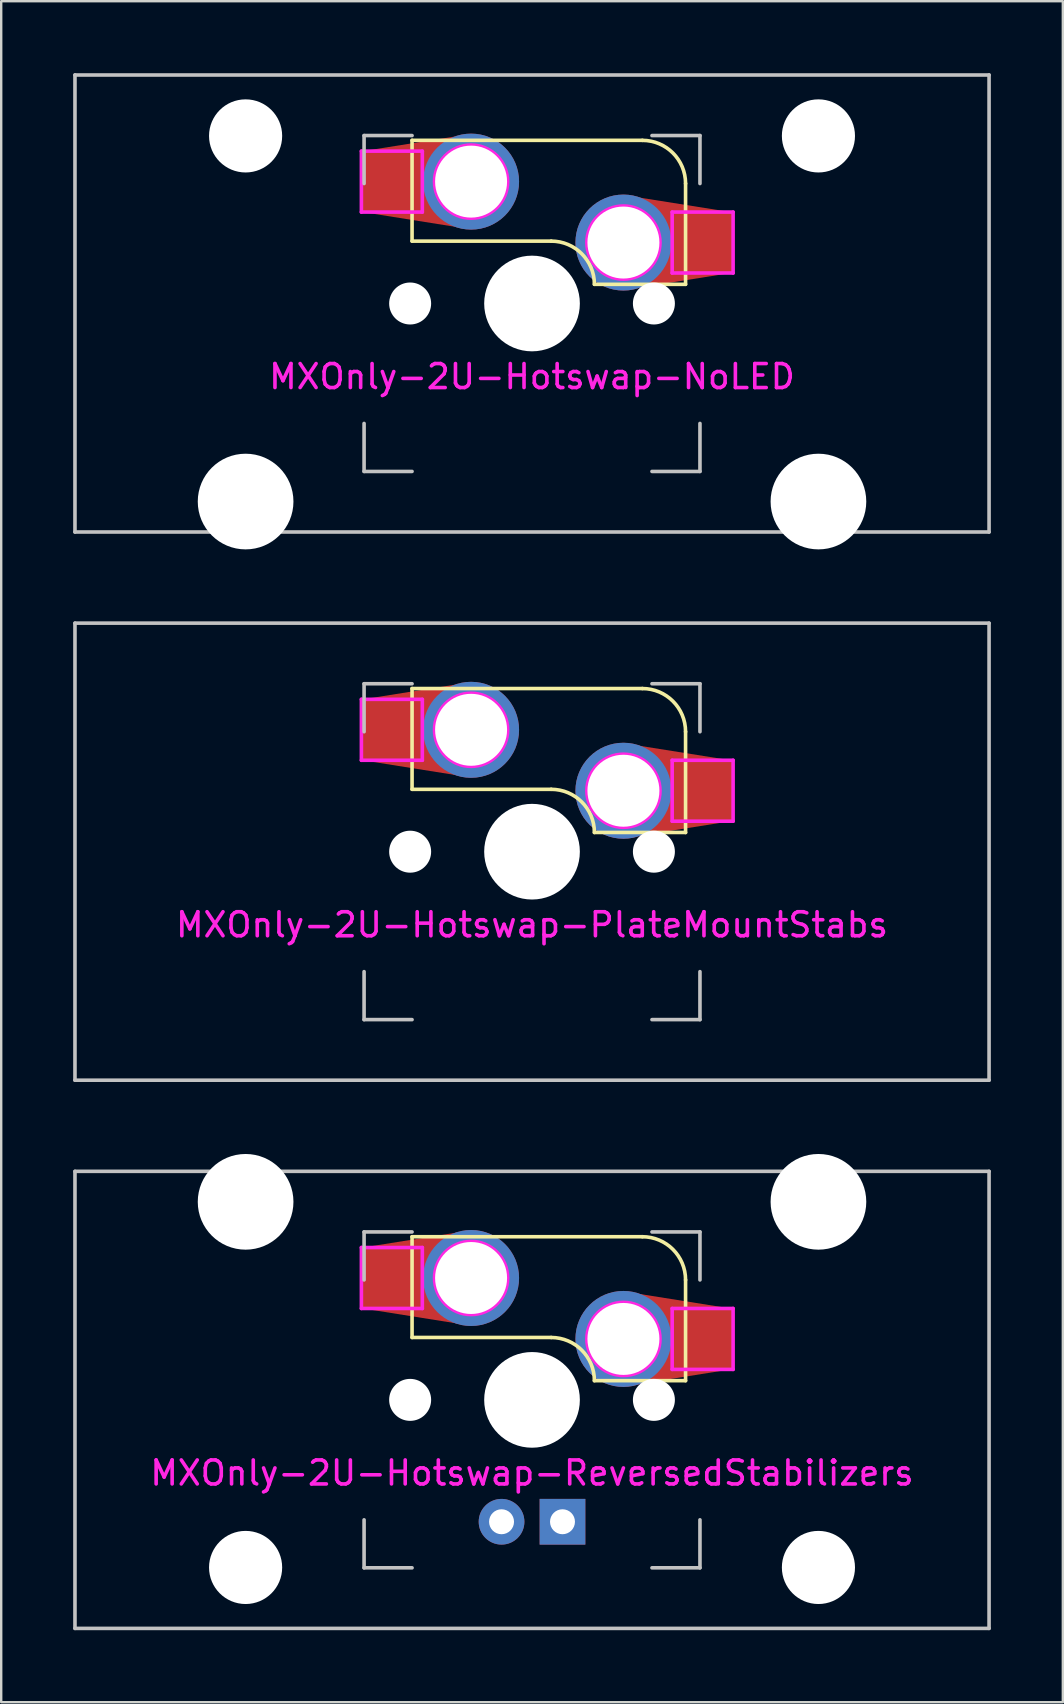
<source format=kicad_pcb>
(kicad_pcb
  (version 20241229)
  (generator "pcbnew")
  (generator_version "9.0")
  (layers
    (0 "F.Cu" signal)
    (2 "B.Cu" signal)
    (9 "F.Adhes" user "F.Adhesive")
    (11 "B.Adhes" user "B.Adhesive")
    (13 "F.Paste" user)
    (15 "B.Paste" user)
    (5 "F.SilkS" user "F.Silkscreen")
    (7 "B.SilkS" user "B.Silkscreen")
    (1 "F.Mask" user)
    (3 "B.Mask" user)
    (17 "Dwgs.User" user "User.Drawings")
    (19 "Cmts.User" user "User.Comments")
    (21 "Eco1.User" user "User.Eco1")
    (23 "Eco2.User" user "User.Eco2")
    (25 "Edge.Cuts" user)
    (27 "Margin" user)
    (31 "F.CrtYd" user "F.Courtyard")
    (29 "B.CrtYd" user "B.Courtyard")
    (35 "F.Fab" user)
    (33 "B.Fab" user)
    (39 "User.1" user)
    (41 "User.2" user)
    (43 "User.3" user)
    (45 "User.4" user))
  (footprint "MXOnly-2U-Hotswap-ReversedStabilizers"
    (layer "F.Cu")
    (at 19.125 55.298)
    (property "Reference" "MXOnly-2U-Hotswap-ReversedStabilizers" (at 0 3.048 180) (layer "F.CrtYd") (effects (font (size 1 1) (thickness 0.15))))
    (attr smd)
    (fp_line (start -5 -6.8) (end 4.6 -6.8) (stroke (width 0.15) (type solid)) (layer "F.SilkS"))
    (fp_line (start -5 -2.6) (end -5 -6.8) (stroke (width 0.15) (type solid)) (layer "F.SilkS"))
    (fp_line (start 0.8 -2.6) (end -5 -2.6) (stroke (width 0.15) (type solid)) (layer "F.SilkS"))
    (fp_line (start 6.4 -5) (end 6.4 -0.8) (stroke (width 0.15) (type solid)) (layer "F.SilkS"))
    (fp_line (start 6.4 -0.8) (end 2.6 -0.8) (stroke (width 0.15) (type solid)) (layer "F.SilkS"))
    (fp_arc (start 0.8 -2.6) (mid 2.072792 -2.072792) (end 2.6 -0.8) (stroke (width 0.15) (type solid)) (layer "F.SilkS"))
    (fp_arc (start 4.6 -6.8) (mid 5.872792 -6.272792) (end 6.4 -5) (stroke (width 0.15) (type solid)) (layer "F.SilkS"))
    (fp_poly (pts (xy -5.08 -3.493) (xy -7.112 -3.81) (xy -7.112 -6.35) (xy -5.08 -6.668)) (stroke (width 0.1) (type solid)) (fill yes) (layer "F.Paste"))
    (fp_poly (pts (xy 6.477 -4.064) (xy 8.509 -3.747) (xy 8.509 -1.206) (xy 6.477 -0.889)) (stroke (width 0.1) (type solid)) (fill yes) (layer "F.Paste"))
    (fp_line (start -19.05 -9.525) (end 19.05 -9.525) (stroke (width 0.15) (type solid)) (layer "Dwgs.User"))
    (fp_line (start -19.05 9.525) (end -19.05 -9.525) (stroke (width 0.15) (type solid)) (layer "Dwgs.User"))
    (fp_line (start -7 -7) (end -7 -5) (stroke (width 0.15) (type solid)) (layer "Dwgs.User"))
    (fp_line (start -7 7) (end -7 5) (stroke (width 0.15) (type solid)) (layer "Dwgs.User"))
    (fp_line (start -5 -7) (end -7 -7) (stroke (width 0.15) (type solid)) (layer "Dwgs.User"))
    (fp_line (start -5 7) (end -7 7) (stroke (width 0.15) (type solid)) (layer "Dwgs.User"))
    (fp_line (start 5 -7) (end 7 -7) (stroke (width 0.15) (type solid)) (layer "Dwgs.User"))
    (fp_line (start 7 -7) (end 7 -5) (stroke (width 0.15) (type solid)) (layer "Dwgs.User"))
    (fp_line (start 7 5) (end 7 7) (stroke (width 0.15) (type solid)) (layer "Dwgs.User"))
    (fp_line (start 7 7) (end 5 7) (stroke (width 0.15) (type solid)) (layer "Dwgs.User"))
    (fp_line (start 19.05 -9.525) (end 19.05 9.525) (stroke (width 0.15) (type solid)) (layer "Dwgs.User"))
    (fp_line (start 19.05 9.525) (end -19.05 9.525) (stroke (width 0.15) (type solid)) (layer "Dwgs.User"))
    (fp_line (start -7.112 -6.35) (end -7.112 -3.81) (stroke (width 0.15) (type solid)) (layer "F.CrtYd"))
    (fp_line (start -7.112 -3.81) (end -4.572 -3.81) (stroke (width 0.15) (type solid)) (layer "F.CrtYd"))
    (fp_line (start -4.572 -6.35) (end -7.112 -6.35) (stroke (width 0.15) (type solid)) (layer "F.CrtYd"))
    (fp_line (start -4.572 -3.81) (end -4.572 -6.35) (stroke (width 0.15) (type solid)) (layer "F.CrtYd"))
    (fp_line (start 5.842 -3.81) (end 5.842 -1.27) (stroke (width 0.15) (type solid)) (layer "F.CrtYd"))
    (fp_line (start 5.842 -1.27) (end 8.382 -1.27) (stroke (width 0.15) (type solid)) (layer "F.CrtYd"))
    (fp_line (start 8.382 -3.81) (end 5.842 -3.81) (stroke (width 0.15) (type solid)) (layer "F.CrtYd"))
    (fp_line (start 8.382 -1.27) (end 8.382 -3.81) (stroke (width 0.15) (type solid)) (layer "F.CrtYd"))
    (fp_circle (center -2.54 -5.08) (end -2.54 -6.604) (stroke (width 0.15) (type solid)) (fill no) (layer "F.CrtYd"))
    (fp_circle (center 3.81 -2.54) (end 3.81 -4.064) (stroke (width 0.15) (type solid)) (fill no) (layer "F.CrtYd"))
    (pad "" np_thru_hole circle (at -11.938 -8.255) (size 3.988 3.988) (drill 3.988) (layers "*.Cu" "*.Mask"))
    (pad "" np_thru_hole circle (at -11.938 6.985) (size 3.048 3.048) (drill 3.048) (layers "*.Cu" "*.Mask"))
    (pad "" np_thru_hole circle (at -5.08 0 131.9) (size 1.75 1.75) (drill 1.75) (layers "*.Cu" "*.Mask"))
    (pad "" np_thru_hole circle (at 0 0 180) (size 3.988 3.988) (drill 3.988) (layers "*.Cu" "*.Mask"))
    (pad "" np_thru_hole circle (at 5.08 0 131.9) (size 1.75 1.75) (drill 1.75) (layers "*.Cu" "*.Mask"))
    (pad "" np_thru_hole circle (at 11.938 -8.255) (size 3.988 3.988) (drill 3.988) (layers "*.Cu" "*.Mask"))
    (pad "" np_thru_hole circle (at 11.938 6.985) (size 3.048 3.048) (drill 3.048) (layers "*.Cu" "*.Mask"))
    (pad "1" thru_hole circle (at 3.81 -2.54 180) (size 4 4) (drill 3) (layers "*.Cu" "F.Mask"))
    (pad "1" smd custom (at 7.085 -2.54 180) (size 2.55 2.5) (layers "F.Cu" "F.Mask") (options (anchor rect)) (primitives (gr_poly (pts (xy -1.195 1.219) (xy 3.275 1.93) (xy 3.275 -1.93) (xy -1.195 -1.219)) (width 0.1) (fill yes))))
    (pad "2" smd custom (at -5.841 -5.08 180) (size 2.55 2.5) (layers "F.Cu" "F.Mask") (options (anchor rect)) (primitives (gr_poly (pts (xy 1.219 -1.219) (xy -3.251 -1.93) (xy -3.251 1.93) (xy 1.219 1.219)) (width 0.1) (fill yes))))
    (pad "2" thru_hole circle (at -2.54 -5.08 180) (size 4 4) (drill 3) (layers "*.Cu" "F.Mask"))
    (pad "3" thru_hole circle (at -1.27 5.08) (size 1.905 1.905) (drill 1.04) (layers "*.Cu" "B.Mask"))
    (pad "4" thru_hole rect (at 1.27 5.08) (size 1.905 1.905) (drill 1.04) (layers "*.Cu" "B.Mask")))
  (footprint "MXOnly-2U-Hotswap-PlateMountStabs"
    (layer "F.Cu")
    (at 19.125 32.449)
    (property "Reference" "MXOnly-2U-Hotswap-PlateMountStabs" (at 0 3.048 180) (layer "F.CrtYd") (effects (font (size 1 1) (thickness 0.15))))
    (attr smd)
    (fp_line (start -5 -6.8) (end 4.6 -6.8) (stroke (width 0.15) (type solid)) (layer "F.SilkS"))
    (fp_line (start -5 -2.6) (end -5 -6.8) (stroke (width 0.15) (type solid)) (layer "F.SilkS"))
    (fp_line (start 0.8 -2.6) (end -5 -2.6) (stroke (width 0.15) (type solid)) (layer "F.SilkS"))
    (fp_line (start 6.4 -5) (end 6.4 -0.8) (stroke (width 0.15) (type solid)) (layer "F.SilkS"))
    (fp_line (start 6.4 -0.8) (end 2.6 -0.8) (stroke (width 0.15) (type solid)) (layer "F.SilkS"))
    (fp_arc (start 0.8 -2.6) (mid 2.072792 -2.072792) (end 2.6 -0.8) (stroke (width 0.15) (type solid)) (layer "F.SilkS"))
    (fp_arc (start 4.6 -6.8) (mid 5.872792 -6.272792) (end 6.4 -5) (stroke (width 0.15) (type solid)) (layer "F.SilkS"))
    (fp_poly (pts (xy -5.08 -3.493) (xy -7.112 -3.81) (xy -7.112 -6.35) (xy -5.08 -6.668)) (stroke (width 0.1) (type solid)) (fill yes) (layer "F.Paste"))
    (fp_poly (pts (xy 6.477 -4.064) (xy 8.509 -3.747) (xy 8.509 -1.206) (xy 6.477 -0.889)) (stroke (width 0.1) (type solid)) (fill yes) (layer "F.Paste"))
    (fp_line (start -19.05 -9.525) (end 19.05 -9.525) (stroke (width 0.15) (type solid)) (layer "Dwgs.User"))
    (fp_line (start -19.05 9.525) (end -19.05 -9.525) (stroke (width 0.15) (type solid)) (layer "Dwgs.User"))
    (fp_line (start -7 -7) (end -7 -5) (stroke (width 0.15) (type solid)) (layer "Dwgs.User"))
    (fp_line (start -7 7) (end -7 5) (stroke (width 0.15) (type solid)) (layer "Dwgs.User"))
    (fp_line (start -5 -7) (end -7 -7) (stroke (width 0.15) (type solid)) (layer "Dwgs.User"))
    (fp_line (start -5 7) (end -7 7) (stroke (width 0.15) (type solid)) (layer "Dwgs.User"))
    (fp_line (start 5 -7) (end 7 -7) (stroke (width 0.15) (type solid)) (layer "Dwgs.User"))
    (fp_line (start 7 -7) (end 7 -5) (stroke (width 0.15) (type solid)) (layer "Dwgs.User"))
    (fp_line (start 7 5) (end 7 7) (stroke (width 0.15) (type solid)) (layer "Dwgs.User"))
    (fp_line (start 7 7) (end 5 7) (stroke (width 0.15) (type solid)) (layer "Dwgs.User"))
    (fp_line (start 19.05 -9.525) (end 19.05 9.525) (stroke (width 0.15) (type solid)) (layer "Dwgs.User"))
    (fp_line (start 19.05 9.525) (end -19.05 9.525) (stroke (width 0.15) (type solid)) (layer "Dwgs.User"))
    (fp_line (start -7.112 -6.35) (end -7.112 -3.81) (stroke (width 0.15) (type solid)) (layer "F.CrtYd"))
    (fp_line (start -7.112 -3.81) (end -4.572 -3.81) (stroke (width 0.15) (type solid)) (layer "F.CrtYd"))
    (fp_line (start -4.572 -6.35) (end -7.112 -6.35) (stroke (width 0.15) (type solid)) (layer "F.CrtYd"))
    (fp_line (start -4.572 -3.81) (end -4.572 -6.35) (stroke (width 0.15) (type solid)) (layer "F.CrtYd"))
    (fp_line (start 5.842 -3.81) (end 5.842 -1.27) (stroke (width 0.15) (type solid)) (layer "F.CrtYd"))
    (fp_line (start 5.842 -1.27) (end 8.382 -1.27) (stroke (width 0.15) (type solid)) (layer "F.CrtYd"))
    (fp_line (start 8.382 -3.81) (end 5.842 -3.81) (stroke (width 0.15) (type solid)) (layer "F.CrtYd"))
    (fp_line (start 8.382 -1.27) (end 8.382 -3.81) (stroke (width 0.15) (type solid)) (layer "F.CrtYd"))
    (fp_circle (center -2.54 -5.08) (end -2.54 -6.604) (stroke (width 0.15) (type solid)) (fill no) (layer "F.CrtYd"))
    (fp_circle (center 3.81 -2.54) (end 3.81 -4.064) (stroke (width 0.15) (type solid)) (fill no) (layer "F.CrtYd"))
    (pad "" np_thru_hole circle (at -5.08 0 131.9) (size 1.75 1.75) (drill 1.75) (layers "*.Cu" "*.Mask"))
    (pad "" np_thru_hole circle (at 0 0 180) (size 3.988 3.988) (drill 3.988) (layers "*.Cu" "*.Mask"))
    (pad "" np_thru_hole circle (at 5.08 0 131.9) (size 1.75 1.75) (drill 1.75) (layers "*.Cu" "*.Mask"))
    (pad "1" thru_hole circle (at 3.81 -2.54 180) (size 4 4) (drill 3) (layers "*.Cu" "F.Mask"))
    (pad "1" smd custom (at 7.085 -2.54 180) (size 2.55 2.5) (layers "F.Cu" "F.Mask") (options (anchor rect)) (primitives (gr_poly (pts (xy -1.195 1.219) (xy 3.275 1.93) (xy 3.275 -1.93) (xy -1.195 -1.219)) (width 0.1) (fill yes))))
    (pad "2" smd custom (at -5.841 -5.08 180) (size 2.55 2.5) (layers "F.Cu" "F.Mask") (options (anchor rect)) (primitives (gr_poly (pts (xy 1.219 -1.219) (xy -3.251 -1.93) (xy -3.251 1.93) (xy 1.219 1.219)) (width 0.1) (fill yes))))
    (pad "2" thru_hole circle (at -2.54 -5.08 180) (size 4 4) (drill 3) (layers "*.Cu" "F.Mask")))
  (footprint "MXOnly-2U-Hotswap-NoLED"
    (layer "F.Cu")
    (at 19.125 9.6)
    (property "Reference" "MXOnly-2U-Hotswap-NoLED" (at 0 3.048 180) (layer "F.CrtYd") (effects (font (size 1 1) (thickness 0.15))))
    (attr smd)
    (fp_line (start -5 -6.8) (end 4.6 -6.8) (stroke (width 0.15) (type solid)) (layer "F.SilkS"))
    (fp_line (start -5 -2.6) (end -5 -6.8) (stroke (width 0.15) (type solid)) (layer "F.SilkS"))
    (fp_line (start 0.8 -2.6) (end -5 -2.6) (stroke (width 0.15) (type solid)) (layer "F.SilkS"))
    (fp_line (start 6.4 -5) (end 6.4 -0.8) (stroke (width 0.15) (type solid)) (layer "F.SilkS"))
    (fp_line (start 6.4 -0.8) (end 2.6 -0.8) (stroke (width 0.15) (type solid)) (layer "F.SilkS"))
    (fp_arc (start 0.8 -2.6) (mid 2.072792 -2.072792) (end 2.6 -0.8) (stroke (width 0.15) (type solid)) (layer "F.SilkS"))
    (fp_arc (start 4.6 -6.8) (mid 5.872792 -6.272792) (end 6.4 -5) (stroke (width 0.15) (type solid)) (layer "F.SilkS"))
    (fp_poly (pts (xy -5.08 -3.493) (xy -7.112 -3.81) (xy -7.112 -6.35) (xy -5.08 -6.668)) (stroke (width 0.1) (type solid)) (fill yes) (layer "F.Paste"))
    (fp_poly (pts (xy 6.477 -4.064) (xy 8.509 -3.747) (xy 8.509 -1.206) (xy 6.477 -0.889)) (stroke (width 0.1) (type solid)) (fill yes) (layer "F.Paste"))
    (fp_line (start -19.05 -9.525) (end 19.05 -9.525) (stroke (width 0.15) (type solid)) (layer "Dwgs.User"))
    (fp_line (start -19.05 9.525) (end -19.05 -9.525) (stroke (width 0.15) (type solid)) (layer "Dwgs.User"))
    (fp_line (start -7 -7) (end -7 -5) (stroke (width 0.15) (type solid)) (layer "Dwgs.User"))
    (fp_line (start -7 7) (end -7 5) (stroke (width 0.15) (type solid)) (layer "Dwgs.User"))
    (fp_line (start -5 -7) (end -7 -7) (stroke (width 0.15) (type solid)) (layer "Dwgs.User"))
    (fp_line (start -5 7) (end -7 7) (stroke (width 0.15) (type solid)) (layer "Dwgs.User"))
    (fp_line (start 5 -7) (end 7 -7) (stroke (width 0.15) (type solid)) (layer "Dwgs.User"))
    (fp_line (start 7 -7) (end 7 -5) (stroke (width 0.15) (type solid)) (layer "Dwgs.User"))
    (fp_line (start 7 5) (end 7 7) (stroke (width 0.15) (type solid)) (layer "Dwgs.User"))
    (fp_line (start 7 7) (end 5 7) (stroke (width 0.15) (type solid)) (layer "Dwgs.User"))
    (fp_line (start 19.05 -9.525) (end 19.05 9.525) (stroke (width 0.15) (type solid)) (layer "Dwgs.User"))
    (fp_line (start 19.05 9.525) (end -19.05 9.525) (stroke (width 0.15) (type solid)) (layer "Dwgs.User"))
    (fp_line (start -7.112 -6.35) (end -7.112 -3.81) (stroke (width 0.15) (type solid)) (layer "F.CrtYd"))
    (fp_line (start -7.112 -3.81) (end -4.572 -3.81) (stroke (width 0.15) (type solid)) (layer "F.CrtYd"))
    (fp_line (start -4.572 -6.35) (end -7.112 -6.35) (stroke (width 0.15) (type solid)) (layer "F.CrtYd"))
    (fp_line (start -4.572 -3.81) (end -4.572 -6.35) (stroke (width 0.15) (type solid)) (layer "F.CrtYd"))
    (fp_line (start 5.842 -3.81) (end 5.842 -1.27) (stroke (width 0.15) (type solid)) (layer "F.CrtYd"))
    (fp_line (start 5.842 -1.27) (end 8.382 -1.27) (stroke (width 0.15) (type solid)) (layer "F.CrtYd"))
    (fp_line (start 8.382 -3.81) (end 5.842 -3.81) (stroke (width 0.15) (type solid)) (layer "F.CrtYd"))
    (fp_line (start 8.382 -1.27) (end 8.382 -3.81) (stroke (width 0.15) (type solid)) (layer "F.CrtYd"))
    (fp_circle (center -2.54 -5.08) (end -2.54 -6.604) (stroke (width 0.15) (type solid)) (fill no) (layer "F.CrtYd"))
    (fp_circle (center 3.81 -2.54) (end 3.81 -4.064) (stroke (width 0.15) (type solid)) (fill no) (layer "F.CrtYd"))
    (pad "" np_thru_hole circle (at -11.938 -6.985) (size 3.048 3.048) (drill 3.048) (layers "*.Cu" "*.Mask"))
    (pad "" np_thru_hole circle (at -11.938 8.255) (size 3.988 3.988) (drill 3.988) (layers "*.Cu" "*.Mask"))
    (pad "" np_thru_hole circle (at -5.08 0 131.9) (size 1.75 1.75) (drill 1.75) (layers "*.Cu" "*.Mask"))
    (pad "" np_thru_hole circle (at 0 0 180) (size 3.988 3.988) (drill 3.988) (layers "*.Cu" "*.Mask"))
    (pad "" np_thru_hole circle (at 5.08 0 131.9) (size 1.75 1.75) (drill 1.75) (layers "*.Cu" "*.Mask"))
    (pad "" np_thru_hole circle (at 11.938 -6.985) (size 3.048 3.048) (drill 3.048) (layers "*.Cu" "*.Mask"))
    (pad "" np_thru_hole circle (at 11.938 8.255) (size 3.988 3.988) (drill 3.988) (layers "*.Cu" "*.Mask"))
    (pad "1" thru_hole circle (at 3.81 -2.54 180) (size 4 4) (drill 3) (layers "*.Cu" "F.Mask"))
    (pad "1" smd custom (at 7.085 -2.54 180) (size 2.55 2.5) (layers "F.Cu" "F.Mask") (options (anchor rect)) (primitives (gr_poly (pts (xy -1.195 1.219) (xy 3.275 1.93) (xy 3.275 -1.93) (xy -1.195 -1.219)) (width 0.1) (fill yes))))
    (pad "2" smd custom (at -5.841 -5.08 180) (size 2.55 2.5) (layers "F.Cu" "F.Mask") (options (anchor rect)) (primitives (gr_poly (pts (xy 1.219 -1.219) (xy -3.251 -1.93) (xy -3.251 1.93) (xy 1.219 1.219)) (width 0.1) (fill yes))))
    (pad "2" thru_hole circle (at -2.54 -5.08 180) (size 4 4) (drill 3) (layers "*.Cu" "F.Mask")))
  (gr_rect
    (start -3 -3)
    (end 41.25 67.898)
    (stroke (width 0.1) (type default))
    (fill no)
    (layer "Edge.Cuts")))
</source>
